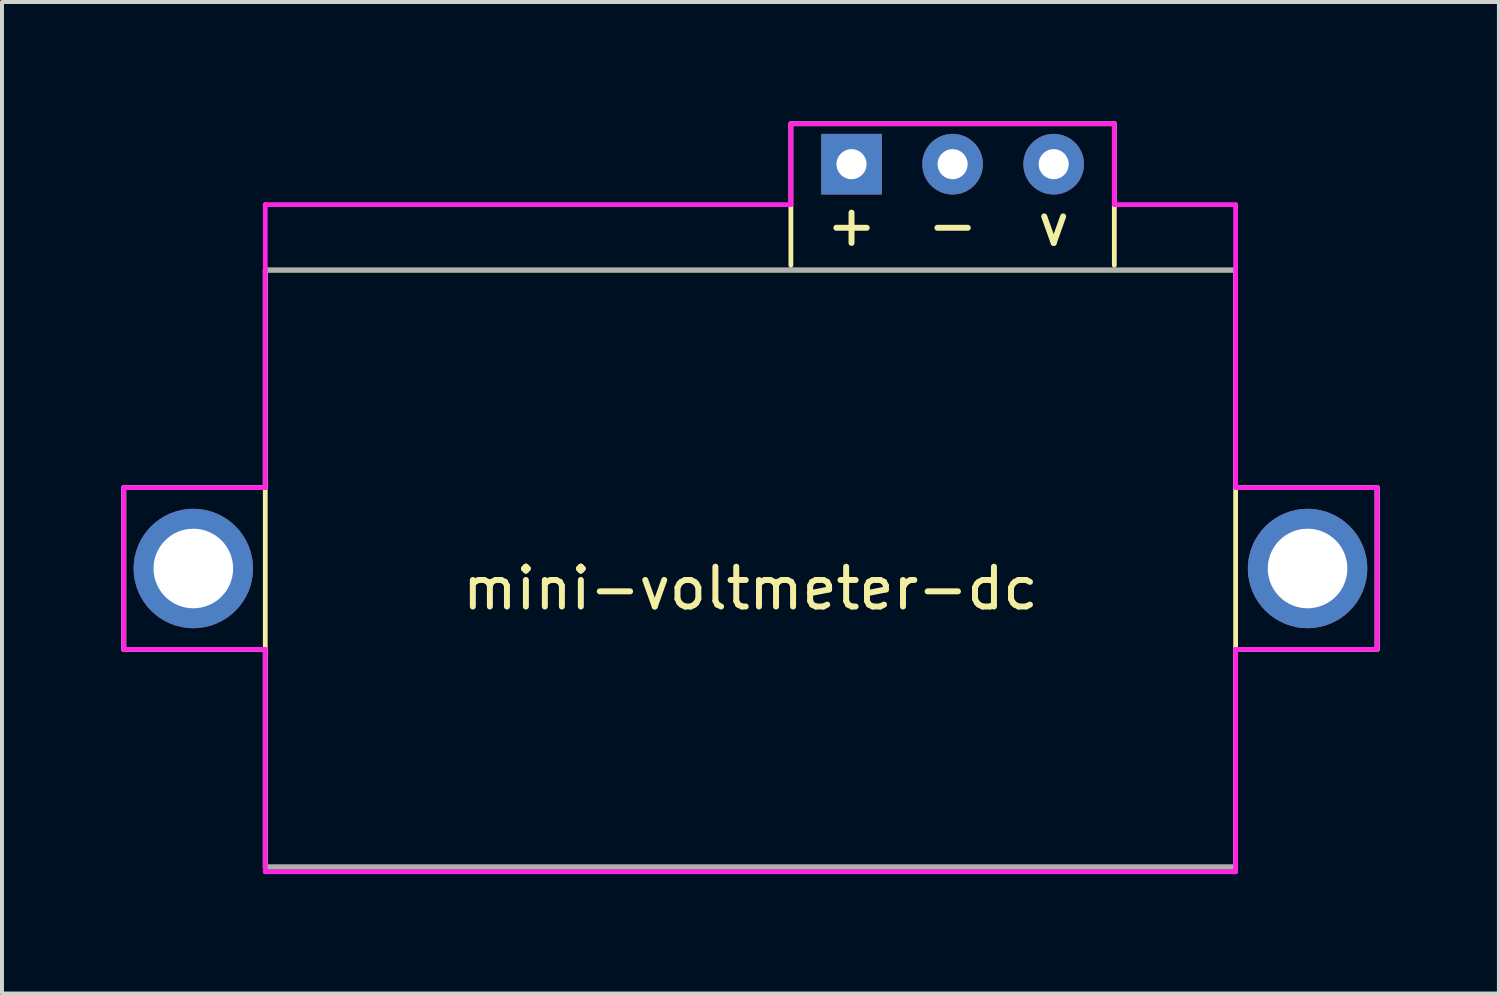
<source format=kicad_pcb>
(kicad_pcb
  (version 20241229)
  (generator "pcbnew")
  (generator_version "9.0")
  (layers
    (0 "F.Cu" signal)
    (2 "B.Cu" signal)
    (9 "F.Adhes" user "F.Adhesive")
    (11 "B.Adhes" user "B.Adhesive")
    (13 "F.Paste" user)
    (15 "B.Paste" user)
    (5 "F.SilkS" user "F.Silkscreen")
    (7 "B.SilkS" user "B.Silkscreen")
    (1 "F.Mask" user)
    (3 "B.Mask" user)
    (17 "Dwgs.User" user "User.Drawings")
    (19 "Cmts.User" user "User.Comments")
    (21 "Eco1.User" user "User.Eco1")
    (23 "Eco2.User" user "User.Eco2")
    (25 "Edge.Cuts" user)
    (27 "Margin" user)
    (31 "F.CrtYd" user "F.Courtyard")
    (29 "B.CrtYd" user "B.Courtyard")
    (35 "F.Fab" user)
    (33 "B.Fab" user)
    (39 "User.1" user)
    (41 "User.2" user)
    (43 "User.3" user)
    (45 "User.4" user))
  (footprint "mini-voltmeter-dc"
    (layer "F.Cu")
    (at 15.808 11.236)
    (property "Reference" "mini-voltmeter-dc" (at 0 0.5 0) (layer "F.SilkS") (effects (font (size 1 1) (thickness 0.15))))
    (attr through_hole)
    (fp_line (start -15.748 -2.032) (end -15.748 2.032) (stroke (width 0.12) (type solid)) (layer "F.SilkS"))
    (fp_line (start -15.748 2.032) (end -12.192 2.032) (stroke (width 0.12) (type solid)) (layer "F.SilkS"))
    (fp_line (start -12.192 -7.5) (end -12.192 7.5) (stroke (width 0.12) (type solid)) (layer "F.SilkS"))
    (fp_line (start -12.192 -2.032) (end -15.748 -2.032) (stroke (width 0.12) (type solid)) (layer "F.SilkS"))
    (fp_line (start -12.192 7.5) (end 12.192 7.5) (stroke (width 0.12) (type solid)) (layer "F.SilkS"))
    (fp_line (start 1.016 -11.176) (end 1.016 -7.62) (stroke (width 0.12) (type solid)) (layer "F.SilkS"))
    (fp_line (start 1.016 -11.176) (end 9.144 -11.176) (stroke (width 0.12) (type solid)) (layer "F.SilkS"))
    (fp_line (start 9.144 -11.176) (end 9.144 -7.62) (stroke (width 0.12) (type solid)) (layer "F.SilkS"))
    (fp_line (start 12.192 -7.5) (end -12.192 -7.5) (stroke (width 0.12) (type solid)) (layer "F.SilkS"))
    (fp_line (start 12.192 -2.032) (end 15.748 -2.032) (stroke (width 0.12) (type solid)) (layer "F.SilkS"))
    (fp_line (start 12.192 7.5) (end 12.192 -7.5) (stroke (width 0.12) (type solid)) (layer "F.SilkS"))
    (fp_line (start 15.748 -2.032) (end 15.748 2.032) (stroke (width 0.12) (type solid)) (layer "F.SilkS"))
    (fp_line (start 15.748 2.032) (end 12.192 2.032) (stroke (width 0.12) (type solid)) (layer "F.SilkS"))
    (fp_line (start -15.748 -2.032) (end -15.748 2.032) (stroke (width 0.12) (type solid)) (layer "F.CrtYd"))
    (fp_line (start -15.748 -2.032) (end -12.192 -2.032) (stroke (width 0.12) (type solid)) (layer "F.CrtYd"))
    (fp_line (start -15.748 2.032) (end -12.192 2.032) (stroke (width 0.12) (type solid)) (layer "F.CrtYd"))
    (fp_line (start -12.192 -9.144) (end -12.192 -2.032) (stroke (width 0.12) (type solid)) (layer "F.CrtYd"))
    (fp_line (start -12.192 2.032) (end -12.192 7.62) (stroke (width 0.12) (type solid)) (layer "F.CrtYd"))
    (fp_line (start -12.192 7.62) (end 12.192 7.62) (stroke (width 0.12) (type solid)) (layer "F.CrtYd"))
    (fp_line (start 1.016 -11.176) (end 1.016 -9.144) (stroke (width 0.12) (type solid)) (layer "F.CrtYd"))
    (fp_line (start 1.016 -9.144) (end -12.192 -9.144) (stroke (width 0.12) (type solid)) (layer "F.CrtYd"))
    (fp_line (start 9.144 -11.176) (end 1.016 -11.176) (stroke (width 0.12) (type solid)) (layer "F.CrtYd"))
    (fp_line (start 9.144 -9.144) (end 9.144 -11.176) (stroke (width 0.12) (type solid)) (layer "F.CrtYd"))
    (fp_line (start 12.192 -9.144) (end 9.144 -9.144) (stroke (width 0.12) (type solid)) (layer "F.CrtYd"))
    (fp_line (start 12.192 -2.032) (end 12.192 -9.144) (stroke (width 0.12) (type solid)) (layer "F.CrtYd"))
    (fp_line (start 12.192 -2.032) (end 15.748 -2.032) (stroke (width 0.12) (type solid)) (layer "F.CrtYd"))
    (fp_line (start 12.192 7.62) (end 12.192 2.032) (stroke (width 0.12) (type solid)) (layer "F.CrtYd"))
    (fp_line (start 15.748 -2.032) (end 15.748 2.032) (stroke (width 0.12) (type solid)) (layer "F.CrtYd"))
    (fp_line (start 15.748 2.032) (end 12.192 2.032) (stroke (width 0.12) (type solid)) (layer "F.CrtYd"))
    (fp_line (start -15.748 -2.032) (end -12.192 -2.032) (stroke (width 0.12) (type solid)) (layer "F.Fab"))
    (fp_line (start -15.748 2.032) (end -15.748 -2.032) (stroke (width 0.12) (type solid)) (layer "F.Fab"))
    (fp_line (start -12.192 -7.5) (end 12.192 -7.5) (stroke (width 0.12) (type solid)) (layer "F.Fab"))
    (fp_line (start -12.192 -2.032) (end -12.192 -7.5) (stroke (width 0.12) (type solid)) (layer "F.Fab"))
    (fp_line (start -12.192 2.032) (end -15.748 2.032) (stroke (width 0.12) (type solid)) (layer "F.Fab"))
    (fp_line (start -12.192 7.5) (end -12.192 2.032) (stroke (width 0.12) (type solid)) (layer "F.Fab"))
    (fp_line (start 12.192 -7.5) (end 12.192 -2.032) (stroke (width 0.12) (type solid)) (layer "F.Fab"))
    (fp_line (start 12.192 2.032) (end 12.192 7.5) (stroke (width 0.12) (type solid)) (layer "F.Fab"))
    (fp_line (start 12.192 2.032) (end 15.748 2.032) (stroke (width 0.12) (type solid)) (layer "F.Fab"))
    (fp_line (start 12.192 7.5) (end -12.192 7.5) (stroke (width 0.12) (type solid)) (layer "F.Fab"))
    (fp_line (start 15.748 -2.032) (end 12.192 -2.032) (stroke (width 0.12) (type solid)) (layer "F.Fab"))
    (fp_line (start 15.748 2.032) (end 15.748 -2.032) (stroke (width 0.12) (type solid)) (layer "F.Fab"))
    (fp_text user "-" (at 5.08 -8.636 0) (layer "F.SilkS") (effects (font (size 1 1) (thickness 0.15))))
    (fp_text user "+" (at 2.54 -8.636 0) (layer "F.SilkS") (effects (font (size 1 1) (thickness 0.15))))
    (fp_text user "v" (at 7.62 -8.636 0) (layer "F.SilkS") (effects (font (size 1 1) (thickness 0.15))))
    (pad "" np_thru_hole circle (at -14 0) (size 3 3) (drill 2) (layers "*.Cu" "*.Mask"))
    (pad "" np_thru_hole circle (at 14 0) (size 3 3) (drill 2) (layers "*.Cu" "*.Mask"))
    (pad "1" thru_hole rect (at 2.54 -10.16) (size 1.524 1.524) (drill 0.756) (layers "*.Cu" "*.Mask"))
    (pad "2" thru_hole circle (at 5.08 -10.16) (size 1.524 1.524) (drill 0.756) (layers "*.Cu" "*.Mask"))
    (pad "3" thru_hole circle (at 7.62 -10.16) (size 1.524 1.524) (drill 0.756) (layers "*.Cu" "*.Mask")))
  (gr_rect
    (start -3 -3)
    (end 34.616 21.916)
    (stroke (width 0.1) (type default))
    (fill no)
    (layer "Edge.Cuts")))
</source>
